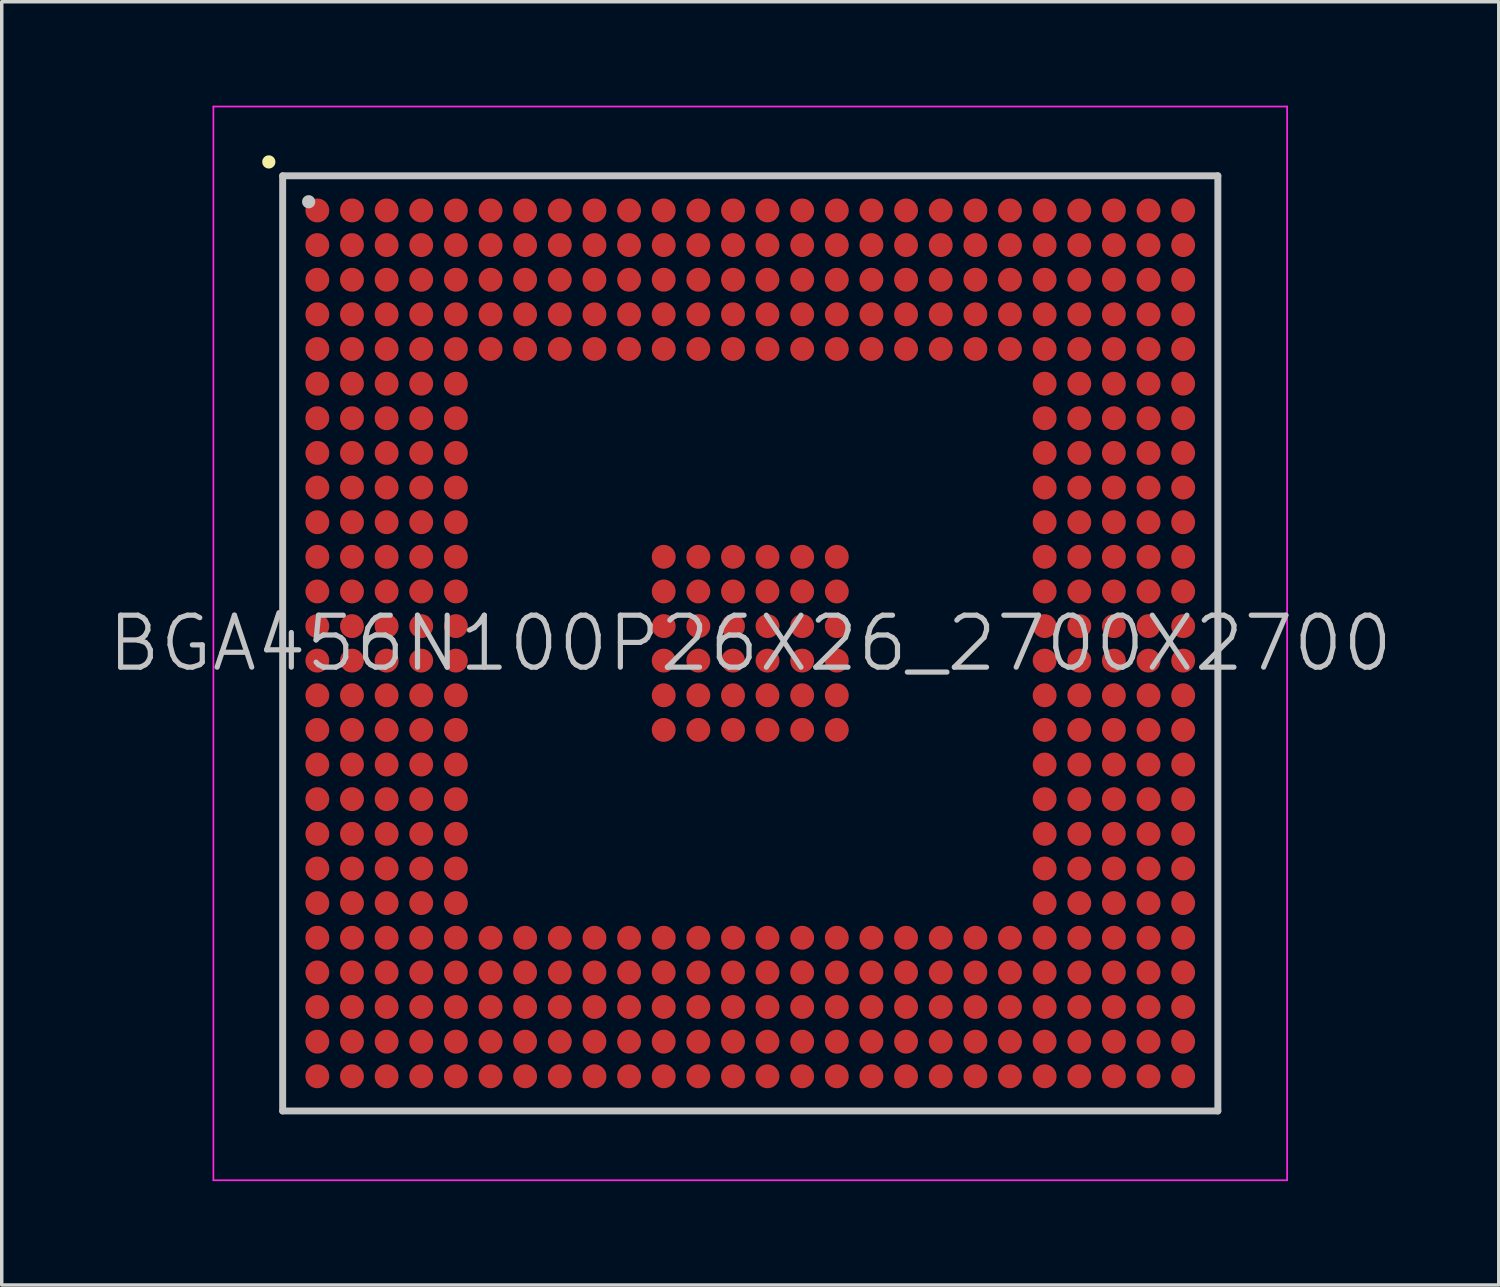
<source format=kicad_pcb>
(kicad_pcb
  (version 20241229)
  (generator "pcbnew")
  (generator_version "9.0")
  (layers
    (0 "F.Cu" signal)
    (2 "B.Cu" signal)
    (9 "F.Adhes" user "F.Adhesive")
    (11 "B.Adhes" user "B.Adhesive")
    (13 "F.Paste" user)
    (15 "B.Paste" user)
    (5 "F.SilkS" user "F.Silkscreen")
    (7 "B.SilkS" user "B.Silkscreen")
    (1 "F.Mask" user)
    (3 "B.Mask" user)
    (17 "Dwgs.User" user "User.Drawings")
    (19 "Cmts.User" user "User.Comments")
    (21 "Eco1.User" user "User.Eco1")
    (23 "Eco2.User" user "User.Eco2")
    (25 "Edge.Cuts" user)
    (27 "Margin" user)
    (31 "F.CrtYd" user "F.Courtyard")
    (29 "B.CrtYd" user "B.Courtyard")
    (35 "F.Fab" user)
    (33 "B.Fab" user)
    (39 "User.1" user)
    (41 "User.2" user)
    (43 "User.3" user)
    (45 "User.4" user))
  (footprint "BGA456N100P26X26_2700X2700"
    (layer "F.Cu")
    (at 18.611 15.525)
    (property "Reference" "BGA456N100P26X26_2700X2700" (at 0 0 0) (layer "Dwgs.User") (effects (font (size 1.5 1.5) (thickness 0.15))))
    (attr smd)
    (fp_line (start -13.9 -13.9) (end -13.9 -13.9) (stroke (width 0.381) (type solid)) (layer "F.SilkS"))
    (fp_line (start -13.5 -13.5) (end -13.5 13.5) (stroke (width 0.2) (type solid)) (layer "Dwgs.User"))
    (fp_line (start -13.5 -13.5) (end 13.5 -13.5) (stroke (width 0.2) (type solid)) (layer "Dwgs.User"))
    (fp_line (start -13.5 13.5) (end 13.5 13.5) (stroke (width 0.2) (type solid)) (layer "Dwgs.User"))
    (fp_line (start -12.75 -12.75) (end -12.75 -12.75) (stroke (width 0.381) (type solid)) (layer "Dwgs.User"))
    (fp_line (start 13.5 -13.5) (end 13.5 13.5) (stroke (width 0.2) (type solid)) (layer "Dwgs.User"))
    (fp_line (start -15.5 -15.5) (end -15.5 15.5) (stroke (width 0.05) (type solid)) (layer "F.CrtYd"))
    (fp_line (start -15.5 -15.5) (end 15.5 -15.5) (stroke (width 0.05) (type solid)) (layer "F.CrtYd"))
    (fp_line (start -15.5 15.5) (end 15.5 15.5) (stroke (width 0.05) (type solid)) (layer "F.CrtYd"))
    (fp_line (start 15.5 -15.5) (end 15.5 15.5) (stroke (width 0.05) (type solid)) (layer "F.CrtYd"))
    (pad "A1" smd circle (at -12.499 -12.499 270) (size 0.69 0.69) (layers "F.Cu" "F.Mask" "F.Paste"))
    (pad "A2" smd circle (at -11.499 -12.499 270) (size 0.69 0.69) (layers "F.Cu" "F.Mask" "F.Paste"))
    (pad "A3" smd circle (at -10.498 -12.499 270) (size 0.69 0.69) (layers "F.Cu" "F.Mask" "F.Paste"))
    (pad "A4" smd circle (at -9.5 -12.499 270) (size 0.69 0.69) (layers "F.Cu" "F.Mask" "F.Paste"))
    (pad "A5" smd circle (at -8.499 -12.499 270) (size 0.69 0.69) (layers "F.Cu" "F.Mask" "F.Paste"))
    (pad "A6" smd circle (at -7.498 -12.499 270) (size 0.69 0.69) (layers "F.Cu" "F.Mask" "F.Paste"))
    (pad "A7" smd circle (at -6.5 -12.499 270) (size 0.69 0.69) (layers "F.Cu" "F.Mask" "F.Paste"))
    (pad "A8" smd circle (at -5.499 -12.499 270) (size 0.69 0.69) (layers "F.Cu" "F.Mask" "F.Paste"))
    (pad "A9" smd circle (at -4.498 -12.499 270) (size 0.69 0.69) (layers "F.Cu" "F.Mask" "F.Paste"))
    (pad "A10" smd circle (at -3.498 -12.499 270) (size 0.69 0.69) (layers "F.Cu" "F.Mask" "F.Paste"))
    (pad "A11" smd circle (at -2.499 -12.499 270) (size 0.69 0.69) (layers "F.Cu" "F.Mask" "F.Paste"))
    (pad "A12" smd circle (at -1.499 -12.499 270) (size 0.69 0.69) (layers "F.Cu" "F.Mask" "F.Paste"))
    (pad "A13" smd circle (at -0.498 -12.499 270) (size 0.69 0.69) (layers "F.Cu" "F.Mask" "F.Paste"))
    (pad "A14" smd circle (at 0.498 -12.499 270) (size 0.69 0.69) (layers "F.Cu" "F.Mask" "F.Paste"))
    (pad "A15" smd circle (at 1.499 -12.499 270) (size 0.69 0.69) (layers "F.Cu" "F.Mask" "F.Paste"))
    (pad "A16" smd circle (at 2.499 -12.499 270) (size 0.69 0.69) (layers "F.Cu" "F.Mask" "F.Paste"))
    (pad "A17" smd circle (at 3.498 -12.499 270) (size 0.69 0.69) (layers "F.Cu" "F.Mask" "F.Paste"))
    (pad "A18" smd circle (at 4.498 -12.499 270) (size 0.69 0.69) (layers "F.Cu" "F.Mask" "F.Paste"))
    (pad "A19" smd circle (at 5.499 -12.499 270) (size 0.69 0.69) (layers "F.Cu" "F.Mask" "F.Paste"))
    (pad "A20" smd circle (at 6.5 -12.499 270) (size 0.69 0.69) (layers "F.Cu" "F.Mask" "F.Paste"))
    (pad "A21" smd circle (at 7.498 -12.499 270) (size 0.69 0.69) (layers "F.Cu" "F.Mask" "F.Paste"))
    (pad "A22" smd circle (at 8.499 -12.499 270) (size 0.69 0.69) (layers "F.Cu" "F.Mask" "F.Paste"))
    (pad "A23" smd circle (at 9.5 -12.499 270) (size 0.69 0.69) (layers "F.Cu" "F.Mask" "F.Paste"))
    (pad "A24" smd circle (at 10.498 -12.499 270) (size 0.69 0.69) (layers "F.Cu" "F.Mask" "F.Paste"))
    (pad "A25" smd circle (at 11.499 -12.499 270) (size 0.69 0.69) (layers "F.Cu" "F.Mask" "F.Paste"))
    (pad "A26" smd circle (at 12.499 -12.499 270) (size 0.69 0.69) (layers "F.Cu" "F.Mask" "F.Paste"))
    (pad "AA1" smd circle (at -12.499 7.498 270) (size 0.69 0.69) (layers "F.Cu" "F.Mask" "F.Paste"))
    (pad "AA2" smd circle (at -11.499 7.498 270) (size 0.69 0.69) (layers "F.Cu" "F.Mask" "F.Paste"))
    (pad "AA3" smd circle (at -10.498 7.498 270) (size 0.69 0.69) (layers "F.Cu" "F.Mask" "F.Paste"))
    (pad "AA4" smd circle (at -9.5 7.498 270) (size 0.69 0.69) (layers "F.Cu" "F.Mask" "F.Paste"))
    (pad "AA5" smd circle (at -8.499 7.498 270) (size 0.69 0.69) (layers "F.Cu" "F.Mask" "F.Paste"))
    (pad "AA22" smd circle (at 8.499 7.498 270) (size 0.69 0.69) (layers "F.Cu" "F.Mask" "F.Paste"))
    (pad "AA23" smd circle (at 9.5 7.498 270) (size 0.69 0.69) (layers "F.Cu" "F.Mask" "F.Paste"))
    (pad "AA24" smd circle (at 10.498 7.498 270) (size 0.69 0.69) (layers "F.Cu" "F.Mask" "F.Paste"))
    (pad "AA25" smd circle (at 11.499 7.498 270) (size 0.69 0.69) (layers "F.Cu" "F.Mask" "F.Paste"))
    (pad "AA26" smd circle (at 12.499 7.498 270) (size 0.69 0.69) (layers "F.Cu" "F.Mask" "F.Paste"))
    (pad "AB1" smd circle (at -12.499 8.499 270) (size 0.69 0.69) (layers "F.Cu" "F.Mask" "F.Paste"))
    (pad "AB2" smd circle (at -11.499 8.499 270) (size 0.69 0.69) (layers "F.Cu" "F.Mask" "F.Paste"))
    (pad "AB3" smd circle (at -10.498 8.499 270) (size 0.69 0.69) (layers "F.Cu" "F.Mask" "F.Paste"))
    (pad "AB4" smd circle (at -9.5 8.499 270) (size 0.69 0.69) (layers "F.Cu" "F.Mask" "F.Paste"))
    (pad "AB5" smd circle (at -8.499 8.499 270) (size 0.69 0.69) (layers "F.Cu" "F.Mask" "F.Paste"))
    (pad "AB6" smd circle (at -7.498 8.499 270) (size 0.69 0.69) (layers "F.Cu" "F.Mask" "F.Paste"))
    (pad "AB7" smd circle (at -6.5 8.499 270) (size 0.69 0.69) (layers "F.Cu" "F.Mask" "F.Paste"))
    (pad "AB8" smd circle (at -5.499 8.499 270) (size 0.69 0.69) (layers "F.Cu" "F.Mask" "F.Paste"))
    (pad "AB9" smd circle (at -4.498 8.499 270) (size 0.69 0.69) (layers "F.Cu" "F.Mask" "F.Paste"))
    (pad "AB10" smd circle (at -3.498 8.499 270) (size 0.69 0.69) (layers "F.Cu" "F.Mask" "F.Paste"))
    (pad "AB11" smd circle (at -2.499 8.499 270) (size 0.69 0.69) (layers "F.Cu" "F.Mask" "F.Paste"))
    (pad "AB12" smd circle (at -1.499 8.499 270) (size 0.69 0.69) (layers "F.Cu" "F.Mask" "F.Paste"))
    (pad "AB13" smd circle (at -0.498 8.499 270) (size 0.69 0.69) (layers "F.Cu" "F.Mask" "F.Paste"))
    (pad "AB14" smd circle (at 0.498 8.499 270) (size 0.69 0.69) (layers "F.Cu" "F.Mask" "F.Paste"))
    (pad "AB15" smd circle (at 1.499 8.499 270) (size 0.69 0.69) (layers "F.Cu" "F.Mask" "F.Paste"))
    (pad "AB16" smd circle (at 2.499 8.499 270) (size 0.69 0.69) (layers "F.Cu" "F.Mask" "F.Paste"))
    (pad "AB17" smd circle (at 3.498 8.499 270) (size 0.69 0.69) (layers "F.Cu" "F.Mask" "F.Paste"))
    (pad "AB18" smd circle (at 4.498 8.499 270) (size 0.69 0.69) (layers "F.Cu" "F.Mask" "F.Paste"))
    (pad "AB19" smd circle (at 5.499 8.499 270) (size 0.69 0.69) (layers "F.Cu" "F.Mask" "F.Paste"))
    (pad "AB20" smd circle (at 6.5 8.499 270) (size 0.69 0.69) (layers "F.Cu" "F.Mask" "F.Paste"))
    (pad "AB21" smd circle (at 7.498 8.499 270) (size 0.69 0.69) (layers "F.Cu" "F.Mask" "F.Paste"))
    (pad "AB22" smd circle (at 8.499 8.499 270) (size 0.69 0.69) (layers "F.Cu" "F.Mask" "F.Paste"))
    (pad "AB23" smd circle (at 9.5 8.499 270) (size 0.69 0.69) (layers "F.Cu" "F.Mask" "F.Paste"))
    (pad "AB24" smd circle (at 10.498 8.499 270) (size 0.69 0.69) (layers "F.Cu" "F.Mask" "F.Paste"))
    (pad "AB25" smd circle (at 11.499 8.499 270) (size 0.69 0.69) (layers "F.Cu" "F.Mask" "F.Paste"))
    (pad "AB26" smd circle (at 12.499 8.499 270) (size 0.69 0.69) (layers "F.Cu" "F.Mask" "F.Paste"))
    (pad "AC1" smd circle (at -12.499 9.5 270) (size 0.69 0.69) (layers "F.Cu" "F.Mask" "F.Paste"))
    (pad "AC2" smd circle (at -11.499 9.5 270) (size 0.69 0.69) (layers "F.Cu" "F.Mask" "F.Paste"))
    (pad "AC3" smd circle (at -10.498 9.5 270) (size 0.69 0.69) (layers "F.Cu" "F.Mask" "F.Paste"))
    (pad "AC4" smd circle (at -9.5 9.5 270) (size 0.69 0.69) (layers "F.Cu" "F.Mask" "F.Paste"))
    (pad "AC5" smd circle (at -8.499 9.5 270) (size 0.69 0.69) (layers "F.Cu" "F.Mask" "F.Paste"))
    (pad "AC6" smd circle (at -7.498 9.5 270) (size 0.69 0.69) (layers "F.Cu" "F.Mask" "F.Paste"))
    (pad "AC7" smd circle (at -6.5 9.5 270) (size 0.69 0.69) (layers "F.Cu" "F.Mask" "F.Paste"))
    (pad "AC8" smd circle (at -5.499 9.5 270) (size 0.69 0.69) (layers "F.Cu" "F.Mask" "F.Paste"))
    (pad "AC9" smd circle (at -4.498 9.5 270) (size 0.69 0.69) (layers "F.Cu" "F.Mask" "F.Paste"))
    (pad "AC10" smd circle (at -3.498 9.5 270) (size 0.69 0.69) (layers "F.Cu" "F.Mask" "F.Paste"))
    (pad "AC11" smd circle (at -2.499 9.5 270) (size 0.69 0.69) (layers "F.Cu" "F.Mask" "F.Paste"))
    (pad "AC12" smd circle (at -1.499 9.5 270) (size 0.69 0.69) (layers "F.Cu" "F.Mask" "F.Paste"))
    (pad "AC13" smd circle (at -0.498 9.5 270) (size 0.69 0.69) (layers "F.Cu" "F.Mask" "F.Paste"))
    (pad "AC14" smd circle (at 0.498 9.5 270) (size 0.69 0.69) (layers "F.Cu" "F.Mask" "F.Paste"))
    (pad "AC15" smd circle (at 1.499 9.5 270) (size 0.69 0.69) (layers "F.Cu" "F.Mask" "F.Paste"))
    (pad "AC16" smd circle (at 2.499 9.5 270) (size 0.69 0.69) (layers "F.Cu" "F.Mask" "F.Paste"))
    (pad "AC17" smd circle (at 3.498 9.5 270) (size 0.69 0.69) (layers "F.Cu" "F.Mask" "F.Paste"))
    (pad "AC18" smd circle (at 4.498 9.5 270) (size 0.69 0.69) (layers "F.Cu" "F.Mask" "F.Paste"))
    (pad "AC19" smd circle (at 5.499 9.5 270) (size 0.69 0.69) (layers "F.Cu" "F.Mask" "F.Paste"))
    (pad "AC20" smd circle (at 6.5 9.5 270) (size 0.69 0.69) (layers "F.Cu" "F.Mask" "F.Paste"))
    (pad "AC21" smd circle (at 7.498 9.5 270) (size 0.69 0.69) (layers "F.Cu" "F.Mask" "F.Paste"))
    (pad "AC22" smd circle (at 8.499 9.5 270) (size 0.69 0.69) (layers "F.Cu" "F.Mask" "F.Paste"))
    (pad "AC23" smd circle (at 9.5 9.5 270) (size 0.69 0.69) (layers "F.Cu" "F.Mask" "F.Paste"))
    (pad "AC24" smd circle (at 10.498 9.5 270) (size 0.69 0.69) (layers "F.Cu" "F.Mask" "F.Paste"))
    (pad "AC25" smd circle (at 11.499 9.5 270) (size 0.69 0.69) (layers "F.Cu" "F.Mask" "F.Paste"))
    (pad "AC26" smd circle (at 12.499 9.5 270) (size 0.69 0.69) (layers "F.Cu" "F.Mask" "F.Paste"))
    (pad "AD1" smd circle (at -12.499 10.498 270) (size 0.69 0.69) (layers "F.Cu" "F.Mask" "F.Paste"))
    (pad "AD2" smd circle (at -11.499 10.498 270) (size 0.69 0.69) (layers "F.Cu" "F.Mask" "F.Paste"))
    (pad "AD3" smd circle (at -10.498 10.498 270) (size 0.69 0.69) (layers "F.Cu" "F.Mask" "F.Paste"))
    (pad "AD4" smd circle (at -9.5 10.498 270) (size 0.69 0.69) (layers "F.Cu" "F.Mask" "F.Paste"))
    (pad "AD5" smd circle (at -8.499 10.498 270) (size 0.69 0.69) (layers "F.Cu" "F.Mask" "F.Paste"))
    (pad "AD6" smd circle (at -7.498 10.498 270) (size 0.69 0.69) (layers "F.Cu" "F.Mask" "F.Paste"))
    (pad "AD7" smd circle (at -6.5 10.498 270) (size 0.69 0.69) (layers "F.Cu" "F.Mask" "F.Paste"))
    (pad "AD8" smd circle (at -5.499 10.498 270) (size 0.69 0.69) (layers "F.Cu" "F.Mask" "F.Paste"))
    (pad "AD9" smd circle (at -4.498 10.498 270) (size 0.69 0.69) (layers "F.Cu" "F.Mask" "F.Paste"))
    (pad "AD10" smd circle (at -3.498 10.498 270) (size 0.69 0.69) (layers "F.Cu" "F.Mask" "F.Paste"))
    (pad "AD11" smd circle (at -2.499 10.498 270) (size 0.69 0.69) (layers "F.Cu" "F.Mask" "F.Paste"))
    (pad "AD12" smd circle (at -1.499 10.498 270) (size 0.69 0.69) (layers "F.Cu" "F.Mask" "F.Paste"))
    (pad "AD13" smd circle (at -0.498 10.498 270) (size 0.69 0.69) (layers "F.Cu" "F.Mask" "F.Paste"))
    (pad "AD14" smd circle (at 0.498 10.498 270) (size 0.69 0.69) (layers "F.Cu" "F.Mask" "F.Paste"))
    (pad "AD15" smd circle (at 1.499 10.498 270) (size 0.69 0.69) (layers "F.Cu" "F.Mask" "F.Paste"))
    (pad "AD16" smd circle (at 2.499 10.498 270) (size 0.69 0.69) (layers "F.Cu" "F.Mask" "F.Paste"))
    (pad "AD17" smd circle (at 3.498 10.498 270) (size 0.69 0.69) (layers "F.Cu" "F.Mask" "F.Paste"))
    (pad "AD18" smd circle (at 4.498 10.498 270) (size 0.69 0.69) (layers "F.Cu" "F.Mask" "F.Paste"))
    (pad "AD19" smd circle (at 5.499 10.498 270) (size 0.69 0.69) (layers "F.Cu" "F.Mask" "F.Paste"))
    (pad "AD20" smd circle (at 6.5 10.498 270) (size 0.69 0.69) (layers "F.Cu" "F.Mask" "F.Paste"))
    (pad "AD21" smd circle (at 7.498 10.498 270) (size 0.69 0.69) (layers "F.Cu" "F.Mask" "F.Paste"))
    (pad "AD22" smd circle (at 8.499 10.498 270) (size 0.69 0.69) (layers "F.Cu" "F.Mask" "F.Paste"))
    (pad "AD23" smd circle (at 9.5 10.498 270) (size 0.69 0.69) (layers "F.Cu" "F.Mask" "F.Paste"))
    (pad "AD24" smd circle (at 10.498 10.498 270) (size 0.69 0.69) (layers "F.Cu" "F.Mask" "F.Paste"))
    (pad "AD25" smd circle (at 11.499 10.498 270) (size 0.69 0.69) (layers "F.Cu" "F.Mask" "F.Paste"))
    (pad "AD26" smd circle (at 12.499 10.498 270) (size 0.69 0.69) (layers "F.Cu" "F.Mask" "F.Paste"))
    (pad "AE1" smd circle (at -12.499 11.499 270) (size 0.69 0.69) (layers "F.Cu" "F.Mask" "F.Paste"))
    (pad "AE2" smd circle (at -11.499 11.499 270) (size 0.69 0.69) (layers "F.Cu" "F.Mask" "F.Paste"))
    (pad "AE3" smd circle (at -10.498 11.499 270) (size 0.69 0.69) (layers "F.Cu" "F.Mask" "F.Paste"))
    (pad "AE4" smd circle (at -9.5 11.499 270) (size 0.69 0.69) (layers "F.Cu" "F.Mask" "F.Paste"))
    (pad "AE5" smd circle (at -8.499 11.499 270) (size 0.69 0.69) (layers "F.Cu" "F.Mask" "F.Paste"))
    (pad "AE6" smd circle (at -7.498 11.499 270) (size 0.69 0.69) (layers "F.Cu" "F.Mask" "F.Paste"))
    (pad "AE7" smd circle (at -6.5 11.499 270) (size 0.69 0.69) (layers "F.Cu" "F.Mask" "F.Paste"))
    (pad "AE8" smd circle (at -5.499 11.499 270) (size 0.69 0.69) (layers "F.Cu" "F.Mask" "F.Paste"))
    (pad "AE9" smd circle (at -4.498 11.499 270) (size 0.69 0.69) (layers "F.Cu" "F.Mask" "F.Paste"))
    (pad "AE10" smd circle (at -3.498 11.499 270) (size 0.69 0.69) (layers "F.Cu" "F.Mask" "F.Paste"))
    (pad "AE11" smd circle (at -2.499 11.499 270) (size 0.69 0.69) (layers "F.Cu" "F.Mask" "F.Paste"))
    (pad "AE12" smd circle (at -1.499 11.499 270) (size 0.69 0.69) (layers "F.Cu" "F.Mask" "F.Paste"))
    (pad "AE13" smd circle (at -0.498 11.499 270) (size 0.69 0.69) (layers "F.Cu" "F.Mask" "F.Paste"))
    (pad "AE14" smd circle (at 0.498 11.499 270) (size 0.69 0.69) (layers "F.Cu" "F.Mask" "F.Paste"))
    (pad "AE15" smd circle (at 1.499 11.499 270) (size 0.69 0.69) (layers "F.Cu" "F.Mask" "F.Paste"))
    (pad "AE16" smd circle (at 2.499 11.499 270) (size 0.69 0.69) (layers "F.Cu" "F.Mask" "F.Paste"))
    (pad "AE17" smd circle (at 3.498 11.499 270) (size 0.69 0.69) (layers "F.Cu" "F.Mask" "F.Paste"))
    (pad "AE18" smd circle (at 4.498 11.499 270) (size 0.69 0.69) (layers "F.Cu" "F.Mask" "F.Paste"))
    (pad "AE19" smd circle (at 5.499 11.499 270) (size 0.69 0.69) (layers "F.Cu" "F.Mask" "F.Paste"))
    (pad "AE20" smd circle (at 6.5 11.499 270) (size 0.69 0.69) (layers "F.Cu" "F.Mask" "F.Paste"))
    (pad "AE21" smd circle (at 7.498 11.499 270) (size 0.69 0.69) (layers "F.Cu" "F.Mask" "F.Paste"))
    (pad "AE22" smd circle (at 8.499 11.499 270) (size 0.69 0.69) (layers "F.Cu" "F.Mask" "F.Paste"))
    (pad "AE23" smd circle (at 9.5 11.499 270) (size 0.69 0.69) (layers "F.Cu" "F.Mask" "F.Paste"))
    (pad "AE24" smd circle (at 10.498 11.499 270) (size 0.69 0.69) (layers "F.Cu" "F.Mask" "F.Paste"))
    (pad "AE25" smd circle (at 11.499 11.499 270) (size 0.69 0.69) (layers "F.Cu" "F.Mask" "F.Paste"))
    (pad "AE26" smd circle (at 12.499 11.499 270) (size 0.69 0.69) (layers "F.Cu" "F.Mask" "F.Paste"))
    (pad "AF1" smd circle (at -12.499 12.499 270) (size 0.69 0.69) (layers "F.Cu" "F.Mask" "F.Paste"))
    (pad "AF2" smd circle (at -11.499 12.499 270) (size 0.69 0.69) (layers "F.Cu" "F.Mask" "F.Paste"))
    (pad "AF3" smd circle (at -10.498 12.499 270) (size 0.69 0.69) (layers "F.Cu" "F.Mask" "F.Paste"))
    (pad "AF4" smd circle (at -9.5 12.499 270) (size 0.69 0.69) (layers "F.Cu" "F.Mask" "F.Paste"))
    (pad "AF5" smd circle (at -8.499 12.499 270) (size 0.69 0.69) (layers "F.Cu" "F.Mask" "F.Paste"))
    (pad "AF6" smd circle (at -7.498 12.499 270) (size 0.69 0.69) (layers "F.Cu" "F.Mask" "F.Paste"))
    (pad "AF7" smd circle (at -6.5 12.499 270) (size 0.69 0.69) (layers "F.Cu" "F.Mask" "F.Paste"))
    (pad "AF8" smd circle (at -5.499 12.499 270) (size 0.69 0.69) (layers "F.Cu" "F.Mask" "F.Paste"))
    (pad "AF9" smd circle (at -4.498 12.499 270) (size 0.69 0.69) (layers "F.Cu" "F.Mask" "F.Paste"))
    (pad "AF10" smd circle (at -3.498 12.499 270) (size 0.69 0.69) (layers "F.Cu" "F.Mask" "F.Paste"))
    (pad "AF11" smd circle (at -2.499 12.499 270) (size 0.69 0.69) (layers "F.Cu" "F.Mask" "F.Paste"))
    (pad "AF12" smd circle (at -1.499 12.499 270) (size 0.69 0.69) (layers "F.Cu" "F.Mask" "F.Paste"))
    (pad "AF13" smd circle (at -0.498 12.499 270) (size 0.69 0.69) (layers "F.Cu" "F.Mask" "F.Paste"))
    (pad "AF14" smd circle (at 0.498 12.499 270) (size 0.69 0.69) (layers "F.Cu" "F.Mask" "F.Paste"))
    (pad "AF15" smd circle (at 1.499 12.499 270) (size 0.69 0.69) (layers "F.Cu" "F.Mask" "F.Paste"))
    (pad "AF16" smd circle (at 2.499 12.499 270) (size 0.69 0.69) (layers "F.Cu" "F.Mask" "F.Paste"))
    (pad "AF17" smd circle (at 3.498 12.499 270) (size 0.69 0.69) (layers "F.Cu" "F.Mask" "F.Paste"))
    (pad "AF18" smd circle (at 4.498 12.499 270) (size 0.69 0.69) (layers "F.Cu" "F.Mask" "F.Paste"))
    (pad "AF19" smd circle (at 5.499 12.499 270) (size 0.69 0.69) (layers "F.Cu" "F.Mask" "F.Paste"))
    (pad "AF20" smd circle (at 6.5 12.499 270) (size 0.69 0.69) (layers "F.Cu" "F.Mask" "F.Paste"))
    (pad "AF21" smd circle (at 7.498 12.499 270) (size 0.69 0.69) (layers "F.Cu" "F.Mask" "F.Paste"))
    (pad "AF22" smd circle (at 8.499 12.499 270) (size 0.69 0.69) (layers "F.Cu" "F.Mask" "F.Paste"))
    (pad "AF23" smd circle (at 9.5 12.499 270) (size 0.69 0.69) (layers "F.Cu" "F.Mask" "F.Paste"))
    (pad "AF24" smd circle (at 10.498 12.499 270) (size 0.69 0.69) (layers "F.Cu" "F.Mask" "F.Paste"))
    (pad "AF25" smd circle (at 11.499 12.499 270) (size 0.69 0.69) (layers "F.Cu" "F.Mask" "F.Paste"))
    (pad "AF26" smd circle (at 12.499 12.499 270) (size 0.69 0.69) (layers "F.Cu" "F.Mask" "F.Paste"))
    (pad "B1" smd circle (at -12.499 -11.499 270) (size 0.69 0.69) (layers "F.Cu" "F.Mask" "F.Paste"))
    (pad "B2" smd circle (at -11.499 -11.499 270) (size 0.69 0.69) (layers "F.Cu" "F.Mask" "F.Paste"))
    (pad "B3" smd circle (at -10.498 -11.499 270) (size 0.69 0.69) (layers "F.Cu" "F.Mask" "F.Paste"))
    (pad "B4" smd circle (at -9.5 -11.499 270) (size 0.69 0.69) (layers "F.Cu" "F.Mask" "F.Paste"))
    (pad "B5" smd circle (at -8.499 -11.499 270) (size 0.69 0.69) (layers "F.Cu" "F.Mask" "F.Paste"))
    (pad "B6" smd circle (at -7.498 -11.499 270) (size 0.69 0.69) (layers "F.Cu" "F.Mask" "F.Paste"))
    (pad "B7" smd circle (at -6.5 -11.499 270) (size 0.69 0.69) (layers "F.Cu" "F.Mask" "F.Paste"))
    (pad "B8" smd circle (at -5.499 -11.499 270) (size 0.69 0.69) (layers "F.Cu" "F.Mask" "F.Paste"))
    (pad "B9" smd circle (at -4.498 -11.499 270) (size 0.69 0.69) (layers "F.Cu" "F.Mask" "F.Paste"))
    (pad "B10" smd circle (at -3.498 -11.499 270) (size 0.69 0.69) (layers "F.Cu" "F.Mask" "F.Paste"))
    (pad "B11" smd circle (at -2.499 -11.499 270) (size 0.69 0.69) (layers "F.Cu" "F.Mask" "F.Paste"))
    (pad "B12" smd circle (at -1.499 -11.499 270) (size 0.69 0.69) (layers "F.Cu" "F.Mask" "F.Paste"))
    (pad "B13" smd circle (at -0.498 -11.499 270) (size 0.69 0.69) (layers "F.Cu" "F.Mask" "F.Paste"))
    (pad "B14" smd circle (at 0.498 -11.499 270) (size 0.69 0.69) (layers "F.Cu" "F.Mask" "F.Paste"))
    (pad "B15" smd circle (at 1.499 -11.499 270) (size 0.69 0.69) (layers "F.Cu" "F.Mask" "F.Paste"))
    (pad "B16" smd circle (at 2.499 -11.499 270) (size 0.69 0.69) (layers "F.Cu" "F.Mask" "F.Paste"))
    (pad "B17" smd circle (at 3.498 -11.499 270) (size 0.69 0.69) (layers "F.Cu" "F.Mask" "F.Paste"))
    (pad "B18" smd circle (at 4.498 -11.499 270) (size 0.69 0.69) (layers "F.Cu" "F.Mask" "F.Paste"))
    (pad "B19" smd circle (at 5.499 -11.499 270) (size 0.69 0.69) (layers "F.Cu" "F.Mask" "F.Paste"))
    (pad "B20" smd circle (at 6.5 -11.499 270) (size 0.69 0.69) (layers "F.Cu" "F.Mask" "F.Paste"))
    (pad "B21" smd circle (at 7.498 -11.499 270) (size 0.69 0.69) (layers "F.Cu" "F.Mask" "F.Paste"))
    (pad "B22" smd circle (at 8.499 -11.499 270) (size 0.69 0.69) (layers "F.Cu" "F.Mask" "F.Paste"))
    (pad "B23" smd circle (at 9.5 -11.499 270) (size 0.69 0.69) (layers "F.Cu" "F.Mask" "F.Paste"))
    (pad "B24" smd circle (at 10.498 -11.499 270) (size 0.69 0.69) (layers "F.Cu" "F.Mask" "F.Paste"))
    (pad "B25" smd circle (at 11.499 -11.499 270) (size 0.69 0.69) (layers "F.Cu" "F.Mask" "F.Paste"))
    (pad "B26" smd circle (at 12.499 -11.499 270) (size 0.69 0.69) (layers "F.Cu" "F.Mask" "F.Paste"))
    (pad "C1" smd circle (at -12.499 -10.498 270) (size 0.69 0.69) (layers "F.Cu" "F.Mask" "F.Paste"))
    (pad "C2" smd circle (at -11.499 -10.498 270) (size 0.69 0.69) (layers "F.Cu" "F.Mask" "F.Paste"))
    (pad "C3" smd circle (at -10.498 -10.498 270) (size 0.69 0.69) (layers "F.Cu" "F.Mask" "F.Paste"))
    (pad "C4" smd circle (at -9.5 -10.498 270) (size 0.69 0.69) (layers "F.Cu" "F.Mask" "F.Paste"))
    (pad "C5" smd circle (at -8.499 -10.498 270) (size 0.69 0.69) (layers "F.Cu" "F.Mask" "F.Paste"))
    (pad "C6" smd circle (at -7.498 -10.498 270) (size 0.69 0.69) (layers "F.Cu" "F.Mask" "F.Paste"))
    (pad "C7" smd circle (at -6.5 -10.498 270) (size 0.69 0.69) (layers "F.Cu" "F.Mask" "F.Paste"))
    (pad "C8" smd circle (at -5.499 -10.498 270) (size 0.69 0.69) (layers "F.Cu" "F.Mask" "F.Paste"))
    (pad "C9" smd circle (at -4.498 -10.498 270) (size 0.69 0.69) (layers "F.Cu" "F.Mask" "F.Paste"))
    (pad "C10" smd circle (at -3.498 -10.498 270) (size 0.69 0.69) (layers "F.Cu" "F.Mask" "F.Paste"))
    (pad "C11" smd circle (at -2.499 -10.498 270) (size 0.69 0.69) (layers "F.Cu" "F.Mask" "F.Paste"))
    (pad "C12" smd circle (at -1.499 -10.498 270) (size 0.69 0.69) (layers "F.Cu" "F.Mask" "F.Paste"))
    (pad "C13" smd circle (at -0.498 -10.498 270) (size 0.69 0.69) (layers "F.Cu" "F.Mask" "F.Paste"))
    (pad "C14" smd circle (at 0.498 -10.498 270) (size 0.69 0.69) (layers "F.Cu" "F.Mask" "F.Paste"))
    (pad "C15" smd circle (at 1.499 -10.498 270) (size 0.69 0.69) (layers "F.Cu" "F.Mask" "F.Paste"))
    (pad "C16" smd circle (at 2.499 -10.498 270) (size 0.69 0.69) (layers "F.Cu" "F.Mask" "F.Paste"))
    (pad "C17" smd circle (at 3.498 -10.498 270) (size 0.69 0.69) (layers "F.Cu" "F.Mask" "F.Paste"))
    (pad "C18" smd circle (at 4.498 -10.498 270) (size 0.69 0.69) (layers "F.Cu" "F.Mask" "F.Paste"))
    (pad "C19" smd circle (at 5.499 -10.498 270) (size 0.69 0.69) (layers "F.Cu" "F.Mask" "F.Paste"))
    (pad "C20" smd circle (at 6.5 -10.498 270) (size 0.69 0.69) (layers "F.Cu" "F.Mask" "F.Paste"))
    (pad "C21" smd circle (at 7.498 -10.498 270) (size 0.69 0.69) (layers "F.Cu" "F.Mask" "F.Paste"))
    (pad "C22" smd circle (at 8.499 -10.498 270) (size 0.69 0.69) (layers "F.Cu" "F.Mask" "F.Paste"))
    (pad "C23" smd circle (at 9.5 -10.498 270) (size 0.69 0.69) (layers "F.Cu" "F.Mask" "F.Paste"))
    (pad "C24" smd circle (at 10.498 -10.498 270) (size 0.69 0.69) (layers "F.Cu" "F.Mask" "F.Paste"))
    (pad "C25" smd circle (at 11.499 -10.498 270) (size 0.69 0.69) (layers "F.Cu" "F.Mask" "F.Paste"))
    (pad "C26" smd circle (at 12.499 -10.498 270) (size 0.69 0.69) (layers "F.Cu" "F.Mask" "F.Paste"))
    (pad "D1" smd circle (at -12.499 -9.5 270) (size 0.69 0.69) (layers "F.Cu" "F.Mask" "F.Paste"))
    (pad "D2" smd circle (at -11.499 -9.5 270) (size 0.69 0.69) (layers "F.Cu" "F.Mask" "F.Paste"))
    (pad "D3" smd circle (at -10.498 -9.5 270) (size 0.69 0.69) (layers "F.Cu" "F.Mask" "F.Paste"))
    (pad "D4" smd circle (at -9.5 -9.5 270) (size 0.69 0.69) (layers "F.Cu" "F.Mask" "F.Paste"))
    (pad "D5" smd circle (at -8.499 -9.5 270) (size 0.69 0.69) (layers "F.Cu" "F.Mask" "F.Paste"))
    (pad "D6" smd circle (at -7.498 -9.5 270) (size 0.69 0.69) (layers "F.Cu" "F.Mask" "F.Paste"))
    (pad "D7" smd circle (at -6.5 -9.5 270) (size 0.69 0.69) (layers "F.Cu" "F.Mask" "F.Paste"))
    (pad "D8" smd circle (at -5.499 -9.5 270) (size 0.69 0.69) (layers "F.Cu" "F.Mask" "F.Paste"))
    (pad "D9" smd circle (at -4.498 -9.5 270) (size 0.69 0.69) (layers "F.Cu" "F.Mask" "F.Paste"))
    (pad "D10" smd circle (at -3.498 -9.5 270) (size 0.69 0.69) (layers "F.Cu" "F.Mask" "F.Paste"))
    (pad "D11" smd circle (at -2.499 -9.5 270) (size 0.69 0.69) (layers "F.Cu" "F.Mask" "F.Paste"))
    (pad "D12" smd circle (at -1.499 -9.5 270) (size 0.69 0.69) (layers "F.Cu" "F.Mask" "F.Paste"))
    (pad "D13" smd circle (at -0.498 -9.5 270) (size 0.69 0.69) (layers "F.Cu" "F.Mask" "F.Paste"))
    (pad "D14" smd circle (at 0.498 -9.5 270) (size 0.69 0.69) (layers "F.Cu" "F.Mask" "F.Paste"))
    (pad "D15" smd circle (at 1.499 -9.5 270) (size 0.69 0.69) (layers "F.Cu" "F.Mask" "F.Paste"))
    (pad "D16" smd circle (at 2.499 -9.5 270) (size 0.69 0.69) (layers "F.Cu" "F.Mask" "F.Paste"))
    (pad "D17" smd circle (at 3.498 -9.5 270) (size 0.69 0.69) (layers "F.Cu" "F.Mask" "F.Paste"))
    (pad "D18" smd circle (at 4.498 -9.5 270) (size 0.69 0.69) (layers "F.Cu" "F.Mask" "F.Paste"))
    (pad "D19" smd circle (at 5.499 -9.5 270) (size 0.69 0.69) (layers "F.Cu" "F.Mask" "F.Paste"))
    (pad "D20" smd circle (at 6.5 -9.5 270) (size 0.69 0.69) (layers "F.Cu" "F.Mask" "F.Paste"))
    (pad "D21" smd circle (at 7.498 -9.5 270) (size 0.69 0.69) (layers "F.Cu" "F.Mask" "F.Paste"))
    (pad "D22" smd circle (at 8.499 -9.5 270) (size 0.69 0.69) (layers "F.Cu" "F.Mask" "F.Paste"))
    (pad "D23" smd circle (at 9.5 -9.5 270) (size 0.69 0.69) (layers "F.Cu" "F.Mask" "F.Paste"))
    (pad "D24" smd circle (at 10.498 -9.5 270) (size 0.69 0.69) (layers "F.Cu" "F.Mask" "F.Paste"))
    (pad "D25" smd circle (at 11.499 -9.5 270) (size 0.69 0.69) (layers "F.Cu" "F.Mask" "F.Paste"))
    (pad "D26" smd circle (at 12.499 -9.5 270) (size 0.69 0.69) (layers "F.Cu" "F.Mask" "F.Paste"))
    (pad "E1" smd circle (at -12.499 -8.499 270) (size 0.69 0.69) (layers "F.Cu" "F.Mask" "F.Paste"))
    (pad "E2" smd circle (at -11.499 -8.499 270) (size 0.69 0.69) (layers "F.Cu" "F.Mask" "F.Paste"))
    (pad "E3" smd circle (at -10.498 -8.499 270) (size 0.69 0.69) (layers "F.Cu" "F.Mask" "F.Paste"))
    (pad "E4" smd circle (at -9.5 -8.499 270) (size 0.69 0.69) (layers "F.Cu" "F.Mask" "F.Paste"))
    (pad "E5" smd circle (at -8.499 -8.499 270) (size 0.69 0.69) (layers "F.Cu" "F.Mask" "F.Paste"))
    (pad "E6" smd circle (at -7.498 -8.499 270) (size 0.69 0.69) (layers "F.Cu" "F.Mask" "F.Paste"))
    (pad "E7" smd circle (at -6.5 -8.499 270) (size 0.69 0.69) (layers "F.Cu" "F.Mask" "F.Paste"))
    (pad "E8" smd circle (at -5.499 -8.499 270) (size 0.69 0.69) (layers "F.Cu" "F.Mask" "F.Paste"))
    (pad "E9" smd circle (at -4.498 -8.499 270) (size 0.69 0.69) (layers "F.Cu" "F.Mask" "F.Paste"))
    (pad "E10" smd circle (at -3.498 -8.499 270) (size 0.69 0.69) (layers "F.Cu" "F.Mask" "F.Paste"))
    (pad "E11" smd circle (at -2.499 -8.499 270) (size 0.69 0.69) (layers "F.Cu" "F.Mask" "F.Paste"))
    (pad "E12" smd circle (at -1.499 -8.499 270) (size 0.69 0.69) (layers "F.Cu" "F.Mask" "F.Paste"))
    (pad "E13" smd circle (at -0.498 -8.499 270) (size 0.69 0.69) (layers "F.Cu" "F.Mask" "F.Paste"))
    (pad "E14" smd circle (at 0.498 -8.499 270) (size 0.69 0.69) (layers "F.Cu" "F.Mask" "F.Paste"))
    (pad "E15" smd circle (at 1.499 -8.499 270) (size 0.69 0.69) (layers "F.Cu" "F.Mask" "F.Paste"))
    (pad "E16" smd circle (at 2.499 -8.499 270) (size 0.69 0.69) (layers "F.Cu" "F.Mask" "F.Paste"))
    (pad "E17" smd circle (at 3.498 -8.499 270) (size 0.69 0.69) (layers "F.Cu" "F.Mask" "F.Paste"))
    (pad "E18" smd circle (at 4.498 -8.499 270) (size 0.69 0.69) (layers "F.Cu" "F.Mask" "F.Paste"))
    (pad "E19" smd circle (at 5.499 -8.499 270) (size 0.69 0.69) (layers "F.Cu" "F.Mask" "F.Paste"))
    (pad "E20" smd circle (at 6.5 -8.499 270) (size 0.69 0.69) (layers "F.Cu" "F.Mask" "F.Paste"))
    (pad "E21" smd circle (at 7.498 -8.499 270) (size 0.69 0.69) (layers "F.Cu" "F.Mask" "F.Paste"))
    (pad "E22" smd circle (at 8.499 -8.499 270) (size 0.69 0.69) (layers "F.Cu" "F.Mask" "F.Paste"))
    (pad "E23" smd circle (at 9.5 -8.499 270) (size 0.69 0.69) (layers "F.Cu" "F.Mask" "F.Paste"))
    (pad "E24" smd circle (at 10.498 -8.499 270) (size 0.69 0.69) (layers "F.Cu" "F.Mask" "F.Paste"))
    (pad "E25" smd circle (at 11.499 -8.499 270) (size 0.69 0.69) (layers "F.Cu" "F.Mask" "F.Paste"))
    (pad "E26" smd circle (at 12.499 -8.499 270) (size 0.69 0.69) (layers "F.Cu" "F.Mask" "F.Paste"))
    (pad "F1" smd circle (at -12.499 -7.498 270) (size 0.69 0.69) (layers "F.Cu" "F.Mask" "F.Paste"))
    (pad "F2" smd circle (at -11.499 -7.498 270) (size 0.69 0.69) (layers "F.Cu" "F.Mask" "F.Paste"))
    (pad "F3" smd circle (at -10.498 -7.498 270) (size 0.69 0.69) (layers "F.Cu" "F.Mask" "F.Paste"))
    (pad "F4" smd circle (at -9.5 -7.498 270) (size 0.69 0.69) (layers "F.Cu" "F.Mask" "F.Paste"))
    (pad "F5" smd circle (at -8.499 -7.498 270) (size 0.69 0.69) (layers "F.Cu" "F.Mask" "F.Paste"))
    (pad "F22" smd circle (at 8.499 -7.498 270) (size 0.69 0.69) (layers "F.Cu" "F.Mask" "F.Paste"))
    (pad "F23" smd circle (at 9.5 -7.498 270) (size 0.69 0.69) (layers "F.Cu" "F.Mask" "F.Paste"))
    (pad "F24" smd circle (at 10.498 -7.498 270) (size 0.69 0.69) (layers "F.Cu" "F.Mask" "F.Paste"))
    (pad "F25" smd circle (at 11.499 -7.498 270) (size 0.69 0.69) (layers "F.Cu" "F.Mask" "F.Paste"))
    (pad "F26" smd circle (at 12.499 -7.498 270) (size 0.69 0.69) (layers "F.Cu" "F.Mask" "F.Paste"))
    (pad "G1" smd circle (at -12.499 -6.5 270) (size 0.69 0.69) (layers "F.Cu" "F.Mask" "F.Paste"))
    (pad "G2" smd circle (at -11.499 -6.5 270) (size 0.69 0.69) (layers "F.Cu" "F.Mask" "F.Paste"))
    (pad "G3" smd circle (at -10.498 -6.5 270) (size 0.69 0.69) (layers "F.Cu" "F.Mask" "F.Paste"))
    (pad "G4" smd circle (at -9.5 -6.5 270) (size 0.69 0.69) (layers "F.Cu" "F.Mask" "F.Paste"))
    (pad "G5" smd circle (at -8.499 -6.5 270) (size 0.69 0.69) (layers "F.Cu" "F.Mask" "F.Paste"))
    (pad "G22" smd circle (at 8.499 -6.5 270) (size 0.69 0.69) (layers "F.Cu" "F.Mask" "F.Paste"))
    (pad "G23" smd circle (at 9.5 -6.5 270) (size 0.69 0.69) (layers "F.Cu" "F.Mask" "F.Paste"))
    (pad "G24" smd circle (at 10.498 -6.5 270) (size 0.69 0.69) (layers "F.Cu" "F.Mask" "F.Paste"))
    (pad "G25" smd circle (at 11.499 -6.5 270) (size 0.69 0.69) (layers "F.Cu" "F.Mask" "F.Paste"))
    (pad "G26" smd circle (at 12.499 -6.5 270) (size 0.69 0.69) (layers "F.Cu" "F.Mask" "F.Paste"))
    (pad "H1" smd circle (at -12.499 -5.499 270) (size 0.69 0.69) (layers "F.Cu" "F.Mask" "F.Paste"))
    (pad "H2" smd circle (at -11.499 -5.499 270) (size 0.69 0.69) (layers "F.Cu" "F.Mask" "F.Paste"))
    (pad "H3" smd circle (at -10.498 -5.499 270) (size 0.69 0.69) (layers "F.Cu" "F.Mask" "F.Paste"))
    (pad "H4" smd circle (at -9.5 -5.499 270) (size 0.69 0.69) (layers "F.Cu" "F.Mask" "F.Paste"))
    (pad "H5" smd circle (at -8.499 -5.499 270) (size 0.69 0.69) (layers "F.Cu" "F.Mask" "F.Paste"))
    (pad "H22" smd circle (at 8.499 -5.499 270) (size 0.69 0.69) (layers "F.Cu" "F.Mask" "F.Paste"))
    (pad "H23" smd circle (at 9.5 -5.499 270) (size 0.69 0.69) (layers "F.Cu" "F.Mask" "F.Paste"))
    (pad "H24" smd circle (at 10.498 -5.499 270) (size 0.69 0.69) (layers "F.Cu" "F.Mask" "F.Paste"))
    (pad "H25" smd circle (at 11.499 -5.499 270) (size 0.69 0.69) (layers "F.Cu" "F.Mask" "F.Paste"))
    (pad "H26" smd circle (at 12.499 -5.499 270) (size 0.69 0.69) (layers "F.Cu" "F.Mask" "F.Paste"))
    (pad "J1" smd circle (at -12.499 -4.498 270) (size 0.69 0.69) (layers "F.Cu" "F.Mask" "F.Paste"))
    (pad "J2" smd circle (at -11.499 -4.498 270) (size 0.69 0.69) (layers "F.Cu" "F.Mask" "F.Paste"))
    (pad "J3" smd circle (at -10.498 -4.498 270) (size 0.69 0.69) (layers "F.Cu" "F.Mask" "F.Paste"))
    (pad "J4" smd circle (at -9.5 -4.498 270) (size 0.69 0.69) (layers "F.Cu" "F.Mask" "F.Paste"))
    (pad "J5" smd circle (at -8.499 -4.498 270) (size 0.69 0.69) (layers "F.Cu" "F.Mask" "F.Paste"))
    (pad "J22" smd circle (at 8.499 -4.498 270) (size 0.69 0.69) (layers "F.Cu" "F.Mask" "F.Paste"))
    (pad "J23" smd circle (at 9.5 -4.498 270) (size 0.69 0.69) (layers "F.Cu" "F.Mask" "F.Paste"))
    (pad "J24" smd circle (at 10.498 -4.498 270) (size 0.69 0.69) (layers "F.Cu" "F.Mask" "F.Paste"))
    (pad "J25" smd circle (at 11.499 -4.498 270) (size 0.69 0.69) (layers "F.Cu" "F.Mask" "F.Paste"))
    (pad "J26" smd circle (at 12.499 -4.498 270) (size 0.69 0.69) (layers "F.Cu" "F.Mask" "F.Paste"))
    (pad "K1" smd circle (at -12.499 -3.498 270) (size 0.69 0.69) (layers "F.Cu" "F.Mask" "F.Paste"))
    (pad "K2" smd circle (at -11.499 -3.498 270) (size 0.69 0.69) (layers "F.Cu" "F.Mask" "F.Paste"))
    (pad "K3" smd circle (at -10.498 -3.498 270) (size 0.69 0.69) (layers "F.Cu" "F.Mask" "F.Paste"))
    (pad "K4" smd circle (at -9.5 -3.498 270) (size 0.69 0.69) (layers "F.Cu" "F.Mask" "F.Paste"))
    (pad "K5" smd circle (at -8.499 -3.498 270) (size 0.69 0.69) (layers "F.Cu" "F.Mask" "F.Paste"))
    (pad "K22" smd circle (at 8.499 -3.498 270) (size 0.69 0.69) (layers "F.Cu" "F.Mask" "F.Paste"))
    (pad "K23" smd circle (at 9.5 -3.498 270) (size 0.69 0.69) (layers "F.Cu" "F.Mask" "F.Paste"))
    (pad "K24" smd circle (at 10.498 -3.498 270) (size 0.69 0.69) (layers "F.Cu" "F.Mask" "F.Paste"))
    (pad "K25" smd circle (at 11.499 -3.498 270) (size 0.69 0.69) (layers "F.Cu" "F.Mask" "F.Paste"))
    (pad "K26" smd circle (at 12.499 -3.498 270) (size 0.69 0.69) (layers "F.Cu" "F.Mask" "F.Paste"))
    (pad "L1" smd circle (at -12.499 -2.499 270) (size 0.69 0.69) (layers "F.Cu" "F.Mask" "F.Paste"))
    (pad "L2" smd circle (at -11.499 -2.499 270) (size 0.69 0.69) (layers "F.Cu" "F.Mask" "F.Paste"))
    (pad "L3" smd circle (at -10.498 -2.499 270) (size 0.69 0.69) (layers "F.Cu" "F.Mask" "F.Paste"))
    (pad "L4" smd circle (at -9.5 -2.499 270) (size 0.69 0.69) (layers "F.Cu" "F.Mask" "F.Paste"))
    (pad "L5" smd circle (at -8.499 -2.499 270) (size 0.69 0.69) (layers "F.Cu" "F.Mask" "F.Paste"))
    (pad "L11" smd circle (at -2.499 -2.499 270) (size 0.69 0.69) (layers "F.Cu" "F.Mask" "F.Paste"))
    (pad "L12" smd circle (at -1.499 -2.499 270) (size 0.69 0.69) (layers "F.Cu" "F.Mask" "F.Paste"))
    (pad "L13" smd circle (at -0.498 -2.499 270) (size 0.69 0.69) (layers "F.Cu" "F.Mask" "F.Paste"))
    (pad "L14" smd circle (at 0.498 -2.499 270) (size 0.69 0.69) (layers "F.Cu" "F.Mask" "F.Paste"))
    (pad "L15" smd circle (at 1.499 -2.499 270) (size 0.69 0.69) (layers "F.Cu" "F.Mask" "F.Paste"))
    (pad "L16" smd circle (at 2.499 -2.499 270) (size 0.69 0.69) (layers "F.Cu" "F.Mask" "F.Paste"))
    (pad "L22" smd circle (at 8.499 -2.499 270) (size 0.69 0.69) (layers "F.Cu" "F.Mask" "F.Paste"))
    (pad "L23" smd circle (at 9.5 -2.499 270) (size 0.69 0.69) (layers "F.Cu" "F.Mask" "F.Paste"))
    (pad "L24" smd circle (at 10.498 -2.499 270) (size 0.69 0.69) (layers "F.Cu" "F.Mask" "F.Paste"))
    (pad "L25" smd circle (at 11.499 -2.499 270) (size 0.69 0.69) (layers "F.Cu" "F.Mask" "F.Paste"))
    (pad "L26" smd circle (at 12.499 -2.499 270) (size 0.69 0.69) (layers "F.Cu" "F.Mask" "F.Paste"))
    (pad "M1" smd circle (at -12.499 -1.499 270) (size 0.69 0.69) (layers "F.Cu" "F.Mask" "F.Paste"))
    (pad "M2" smd circle (at -11.499 -1.499 270) (size 0.69 0.69) (layers "F.Cu" "F.Mask" "F.Paste"))
    (pad "M3" smd circle (at -10.498 -1.499 270) (size 0.69 0.69) (layers "F.Cu" "F.Mask" "F.Paste"))
    (pad "M4" smd circle (at -9.5 -1.499 270) (size 0.69 0.69) (layers "F.Cu" "F.Mask" "F.Paste"))
    (pad "M5" smd circle (at -8.499 -1.499 270) (size 0.69 0.69) (layers "F.Cu" "F.Mask" "F.Paste"))
    (pad "M11" smd circle (at -2.499 -1.499 270) (size 0.69 0.69) (layers "F.Cu" "F.Mask" "F.Paste"))
    (pad "M12" smd circle (at -1.499 -1.499 270) (size 0.69 0.69) (layers "F.Cu" "F.Mask" "F.Paste"))
    (pad "M13" smd circle (at -0.498 -1.499 270) (size 0.69 0.69) (layers "F.Cu" "F.Mask" "F.Paste"))
    (pad "M14" smd circle (at 0.498 -1.499 270) (size 0.69 0.69) (layers "F.Cu" "F.Mask" "F.Paste"))
    (pad "M15" smd circle (at 1.499 -1.499 270) (size 0.69 0.69) (layers "F.Cu" "F.Mask" "F.Paste"))
    (pad "M16" smd circle (at 2.499 -1.499 270) (size 0.69 0.69) (layers "F.Cu" "F.Mask" "F.Paste"))
    (pad "M22" smd circle (at 8.499 -1.499 270) (size 0.69 0.69) (layers "F.Cu" "F.Mask" "F.Paste"))
    (pad "M23" smd circle (at 9.5 -1.499 270) (size 0.69 0.69) (layers "F.Cu" "F.Mask" "F.Paste"))
    (pad "M24" smd circle (at 10.498 -1.499 270) (size 0.69 0.69) (layers "F.Cu" "F.Mask" "F.Paste"))
    (pad "M25" smd circle (at 11.499 -1.499 270) (size 0.69 0.69) (layers "F.Cu" "F.Mask" "F.Paste"))
    (pad "M26" smd circle (at 12.499 -1.499 270) (size 0.69 0.69) (layers "F.Cu" "F.Mask" "F.Paste"))
    (pad "N1" smd circle (at -12.499 -0.498 270) (size 0.69 0.69) (layers "F.Cu" "F.Mask" "F.Paste"))
    (pad "N2" smd circle (at -11.499 -0.498 270) (size 0.69 0.69) (layers "F.Cu" "F.Mask" "F.Paste"))
    (pad "N3" smd circle (at -10.498 -0.498 270) (size 0.69 0.69) (layers "F.Cu" "F.Mask" "F.Paste"))
    (pad "N4" smd circle (at -9.5 -0.498 270) (size 0.69 0.69) (layers "F.Cu" "F.Mask" "F.Paste"))
    (pad "N5" smd circle (at -8.499 -0.498 270) (size 0.69 0.69) (layers "F.Cu" "F.Mask" "F.Paste"))
    (pad "N11" smd circle (at -2.499 -0.498 270) (size 0.69 0.69) (layers "F.Cu" "F.Mask" "F.Paste"))
    (pad "N12" smd circle (at -1.499 -0.498 270) (size 0.69 0.69) (layers "F.Cu" "F.Mask" "F.Paste"))
    (pad "N13" smd circle (at -0.498 -0.498 270) (size 0.69 0.69) (layers "F.Cu" "F.Mask" "F.Paste"))
    (pad "N14" smd circle (at 0.498 -0.498 270) (size 0.69 0.69) (layers "F.Cu" "F.Mask" "F.Paste"))
    (pad "N15" smd circle (at 1.499 -0.498 270) (size 0.69 0.69) (layers "F.Cu" "F.Mask" "F.Paste"))
    (pad "N16" smd circle (at 2.499 -0.498 270) (size 0.69 0.69) (layers "F.Cu" "F.Mask" "F.Paste"))
    (pad "N22" smd circle (at 8.499 -0.498 270) (size 0.69 0.69) (layers "F.Cu" "F.Mask" "F.Paste"))
    (pad "N23" smd circle (at 9.5 -0.498 270) (size 0.69 0.69) (layers "F.Cu" "F.Mask" "F.Paste"))
    (pad "N24" smd circle (at 10.498 -0.498 270) (size 0.69 0.69) (layers "F.Cu" "F.Mask" "F.Paste"))
    (pad "N25" smd circle (at 11.499 -0.498 270) (size 0.69 0.69) (layers "F.Cu" "F.Mask" "F.Paste"))
    (pad "N26" smd circle (at 12.499 -0.498 270) (size 0.69 0.69) (layers "F.Cu" "F.Mask" "F.Paste"))
    (pad "P1" smd circle (at -12.499 0.498 270) (size 0.69 0.69) (layers "F.Cu" "F.Mask" "F.Paste"))
    (pad "P2" smd circle (at -11.499 0.498 270) (size 0.69 0.69) (layers "F.Cu" "F.Mask" "F.Paste"))
    (pad "P3" smd circle (at -10.498 0.498 270) (size 0.69 0.69) (layers "F.Cu" "F.Mask" "F.Paste"))
    (pad "P4" smd circle (at -9.5 0.498 270) (size 0.69 0.69) (layers "F.Cu" "F.Mask" "F.Paste"))
    (pad "P5" smd circle (at -8.499 0.498 270) (size 0.69 0.69) (layers "F.Cu" "F.Mask" "F.Paste"))
    (pad "P11" smd circle (at -2.499 0.498 270) (size 0.69 0.69) (layers "F.Cu" "F.Mask" "F.Paste"))
    (pad "P12" smd circle (at -1.499 0.498 270) (size 0.69 0.69) (layers "F.Cu" "F.Mask" "F.Paste"))
    (pad "P13" smd circle (at -0.498 0.498 270) (size 0.69 0.69) (layers "F.Cu" "F.Mask" "F.Paste"))
    (pad "P14" smd circle (at 0.498 0.498 270) (size 0.69 0.69) (layers "F.Cu" "F.Mask" "F.Paste"))
    (pad "P15" smd circle (at 1.499 0.498 270) (size 0.69 0.69) (layers "F.Cu" "F.Mask" "F.Paste"))
    (pad "P16" smd circle (at 2.499 0.498 270) (size 0.69 0.69) (layers "F.Cu" "F.Mask" "F.Paste"))
    (pad "P22" smd circle (at 8.499 0.498 270) (size 0.69 0.69) (layers "F.Cu" "F.Mask" "F.Paste"))
    (pad "P23" smd circle (at 9.5 0.498 270) (size 0.69 0.69) (layers "F.Cu" "F.Mask" "F.Paste"))
    (pad "P24" smd circle (at 10.498 0.498 270) (size 0.69 0.69) (layers "F.Cu" "F.Mask" "F.Paste"))
    (pad "P25" smd circle (at 11.499 0.498 270) (size 0.69 0.69) (layers "F.Cu" "F.Mask" "F.Paste"))
    (pad "P26" smd circle (at 12.499 0.498 270) (size 0.69 0.69) (layers "F.Cu" "F.Mask" "F.Paste"))
    (pad "R1" smd circle (at -12.499 1.499 270) (size 0.69 0.69) (layers "F.Cu" "F.Mask" "F.Paste"))
    (pad "R2" smd circle (at -11.499 1.499 270) (size 0.69 0.69) (layers "F.Cu" "F.Mask" "F.Paste"))
    (pad "R3" smd circle (at -10.498 1.499 270) (size 0.69 0.69) (layers "F.Cu" "F.Mask" "F.Paste"))
    (pad "R4" smd circle (at -9.5 1.499 270) (size 0.69 0.69) (layers "F.Cu" "F.Mask" "F.Paste"))
    (pad "R5" smd circle (at -8.499 1.499 270) (size 0.69 0.69) (layers "F.Cu" "F.Mask" "F.Paste"))
    (pad "R11" smd circle (at -2.499 1.499 270) (size 0.69 0.69) (layers "F.Cu" "F.Mask" "F.Paste"))
    (pad "R12" smd circle (at -1.499 1.499 270) (size 0.69 0.69) (layers "F.Cu" "F.Mask" "F.Paste"))
    (pad "R13" smd circle (at -0.498 1.499 270) (size 0.69 0.69) (layers "F.Cu" "F.Mask" "F.Paste"))
    (pad "R14" smd circle (at 0.498 1.499 270) (size 0.69 0.69) (layers "F.Cu" "F.Mask" "F.Paste"))
    (pad "R15" smd circle (at 1.499 1.499 270) (size 0.69 0.69) (layers "F.Cu" "F.Mask" "F.Paste"))
    (pad "R16" smd circle (at 2.499 1.499 270) (size 0.69 0.69) (layers "F.Cu" "F.Mask" "F.Paste"))
    (pad "R22" smd circle (at 8.499 1.499 270) (size 0.69 0.69) (layers "F.Cu" "F.Mask" "F.Paste"))
    (pad "R23" smd circle (at 9.5 1.499 270) (size 0.69 0.69) (layers "F.Cu" "F.Mask" "F.Paste"))
    (pad "R24" smd circle (at 10.498 1.499 270) (size 0.69 0.69) (layers "F.Cu" "F.Mask" "F.Paste"))
    (pad "R25" smd circle (at 11.499 1.499 270) (size 0.69 0.69) (layers "F.Cu" "F.Mask" "F.Paste"))
    (pad "R26" smd circle (at 12.499 1.499 270) (size 0.69 0.69) (layers "F.Cu" "F.Mask" "F.Paste"))
    (pad "T1" smd circle (at -12.499 2.499 270) (size 0.69 0.69) (layers "F.Cu" "F.Mask" "F.Paste"))
    (pad "T2" smd circle (at -11.499 2.499 270) (size 0.69 0.69) (layers "F.Cu" "F.Mask" "F.Paste"))
    (pad "T3" smd circle (at -10.498 2.499 270) (size 0.69 0.69) (layers "F.Cu" "F.Mask" "F.Paste"))
    (pad "T4" smd circle (at -9.5 2.499 270) (size 0.69 0.69) (layers "F.Cu" "F.Mask" "F.Paste"))
    (pad "T5" smd circle (at -8.499 2.499 270) (size 0.69 0.69) (layers "F.Cu" "F.Mask" "F.Paste"))
    (pad "T11" smd circle (at -2.499 2.499 270) (size 0.69 0.69) (layers "F.Cu" "F.Mask" "F.Paste"))
    (pad "T12" smd circle (at -1.499 2.499 270) (size 0.69 0.69) (layers "F.Cu" "F.Mask" "F.Paste"))
    (pad "T13" smd circle (at -0.498 2.499 270) (size 0.69 0.69) (layers "F.Cu" "F.Mask" "F.Paste"))
    (pad "T14" smd circle (at 0.498 2.499 270) (size 0.69 0.69) (layers "F.Cu" "F.Mask" "F.Paste"))
    (pad "T15" smd circle (at 1.499 2.499 270) (size 0.69 0.69) (layers "F.Cu" "F.Mask" "F.Paste"))
    (pad "T16" smd circle (at 2.499 2.499 270) (size 0.69 0.69) (layers "F.Cu" "F.Mask" "F.Paste"))
    (pad "T22" smd circle (at 8.499 2.499 270) (size 0.69 0.69) (layers "F.Cu" "F.Mask" "F.Paste"))
    (pad "T23" smd circle (at 9.5 2.499 270) (size 0.69 0.69) (layers "F.Cu" "F.Mask" "F.Paste"))
    (pad "T24" smd circle (at 10.498 2.499 270) (size 0.69 0.69) (layers "F.Cu" "F.Mask" "F.Paste"))
    (pad "T25" smd circle (at 11.499 2.499 270) (size 0.69 0.69) (layers "F.Cu" "F.Mask" "F.Paste"))
    (pad "T26" smd circle (at 12.499 2.499 270) (size 0.69 0.69) (layers "F.Cu" "F.Mask" "F.Paste"))
    (pad "U1" smd circle (at -12.499 3.498 270) (size 0.69 0.69) (layers "F.Cu" "F.Mask" "F.Paste"))
    (pad "U2" smd circle (at -11.499 3.498 270) (size 0.69 0.69) (layers "F.Cu" "F.Mask" "F.Paste"))
    (pad "U3" smd circle (at -10.498 3.498 270) (size 0.69 0.69) (layers "F.Cu" "F.Mask" "F.Paste"))
    (pad "U4" smd circle (at -9.5 3.498 270) (size 0.69 0.69) (layers "F.Cu" "F.Mask" "F.Paste"))
    (pad "U5" smd circle (at -8.499 3.498 270) (size 0.69 0.69) (layers "F.Cu" "F.Mask" "F.Paste"))
    (pad "U22" smd circle (at 8.499 3.498 270) (size 0.69 0.69) (layers "F.Cu" "F.Mask" "F.Paste"))
    (pad "U23" smd circle (at 9.5 3.498 270) (size 0.69 0.69) (layers "F.Cu" "F.Mask" "F.Paste"))
    (pad "U24" smd circle (at 10.498 3.498 270) (size 0.69 0.69) (layers "F.Cu" "F.Mask" "F.Paste"))
    (pad "U25" smd circle (at 11.499 3.498 270) (size 0.69 0.69) (layers "F.Cu" "F.Mask" "F.Paste"))
    (pad "U26" smd circle (at 12.499 3.498 270) (size 0.69 0.69) (layers "F.Cu" "F.Mask" "F.Paste"))
    (pad "V1" smd circle (at -12.499 4.498 270) (size 0.69 0.69) (layers "F.Cu" "F.Mask" "F.Paste"))
    (pad "V2" smd circle (at -11.499 4.498 270) (size 0.69 0.69) (layers "F.Cu" "F.Mask" "F.Paste"))
    (pad "V3" smd circle (at -10.498 4.498 270) (size 0.69 0.69) (layers "F.Cu" "F.Mask" "F.Paste"))
    (pad "V4" smd circle (at -9.5 4.498 270) (size 0.69 0.69) (layers "F.Cu" "F.Mask" "F.Paste"))
    (pad "V5" smd circle (at -8.499 4.498 270) (size 0.69 0.69) (layers "F.Cu" "F.Mask" "F.Paste"))
    (pad "V22" smd circle (at 8.499 4.498 270) (size 0.69 0.69) (layers "F.Cu" "F.Mask" "F.Paste"))
    (pad "V23" smd circle (at 9.5 4.498 270) (size 0.69 0.69) (layers "F.Cu" "F.Mask" "F.Paste"))
    (pad "V24" smd circle (at 10.498 4.498 270) (size 0.69 0.69) (layers "F.Cu" "F.Mask" "F.Paste"))
    (pad "V25" smd circle (at 11.499 4.498 270) (size 0.69 0.69) (layers "F.Cu" "F.Mask" "F.Paste"))
    (pad "V26" smd circle (at 12.499 4.498 270) (size 0.69 0.69) (layers "F.Cu" "F.Mask" "F.Paste"))
    (pad "W1" smd circle (at -12.499 5.499 270) (size 0.69 0.69) (layers "F.Cu" "F.Mask" "F.Paste"))
    (pad "W2" smd circle (at -11.499 5.499 270) (size 0.69 0.69) (layers "F.Cu" "F.Mask" "F.Paste"))
    (pad "W3" smd circle (at -10.498 5.499 270) (size 0.69 0.69) (layers "F.Cu" "F.Mask" "F.Paste"))
    (pad "W4" smd circle (at -9.5 5.499 270) (size 0.69 0.69) (layers "F.Cu" "F.Mask" "F.Paste"))
    (pad "W5" smd circle (at -8.499 5.499 270) (size 0.69 0.69) (layers "F.Cu" "F.Mask" "F.Paste"))
    (pad "W22" smd circle (at 8.499 5.499 270) (size 0.69 0.69) (layers "F.Cu" "F.Mask" "F.Paste"))
    (pad "W23" smd circle (at 9.5 5.499 270) (size 0.69 0.69) (layers "F.Cu" "F.Mask" "F.Paste"))
    (pad "W24" smd circle (at 10.498 5.499 270) (size 0.69 0.69) (layers "F.Cu" "F.Mask" "F.Paste"))
    (pad "W25" smd circle (at 11.499 5.499 270) (size 0.69 0.69) (layers "F.Cu" "F.Mask" "F.Paste"))
    (pad "W26" smd circle (at 12.499 5.499 270) (size 0.69 0.69) (layers "F.Cu" "F.Mask" "F.Paste"))
    (pad "Y1" smd circle (at -12.499 6.5 270) (size 0.69 0.69) (layers "F.Cu" "F.Mask" "F.Paste"))
    (pad "Y2" smd circle (at -11.499 6.5 270) (size 0.69 0.69) (layers "F.Cu" "F.Mask" "F.Paste"))
    (pad "Y3" smd circle (at -10.498 6.5 270) (size 0.69 0.69) (layers "F.Cu" "F.Mask" "F.Paste"))
    (pad "Y4" smd circle (at -9.5 6.5 270) (size 0.69 0.69) (layers "F.Cu" "F.Mask" "F.Paste"))
    (pad "Y5" smd circle (at -8.499 6.5 270) (size 0.69 0.69) (layers "F.Cu" "F.Mask" "F.Paste"))
    (pad "Y22" smd circle (at 8.499 6.5 270) (size 0.69 0.69) (layers "F.Cu" "F.Mask" "F.Paste"))
    (pad "Y23" smd circle (at 9.5 6.5 270) (size 0.69 0.69) (layers "F.Cu" "F.Mask" "F.Paste"))
    (pad "Y24" smd circle (at 10.498 6.5 270) (size 0.69 0.69) (layers "F.Cu" "F.Mask" "F.Paste"))
    (pad "Y25" smd circle (at 11.499 6.5 270) (size 0.69 0.69) (layers "F.Cu" "F.Mask" "F.Paste"))
    (pad "Y26" smd circle (at 12.499 6.5 270) (size 0.69 0.69) (layers "F.Cu" "F.Mask" "F.Paste")))
  (gr_rect
    (start -3 -3)
    (end 40.221 34.05)
    (stroke (width 0.1) (type default))
    (fill no)
    (layer "Edge.Cuts")))
</source>
